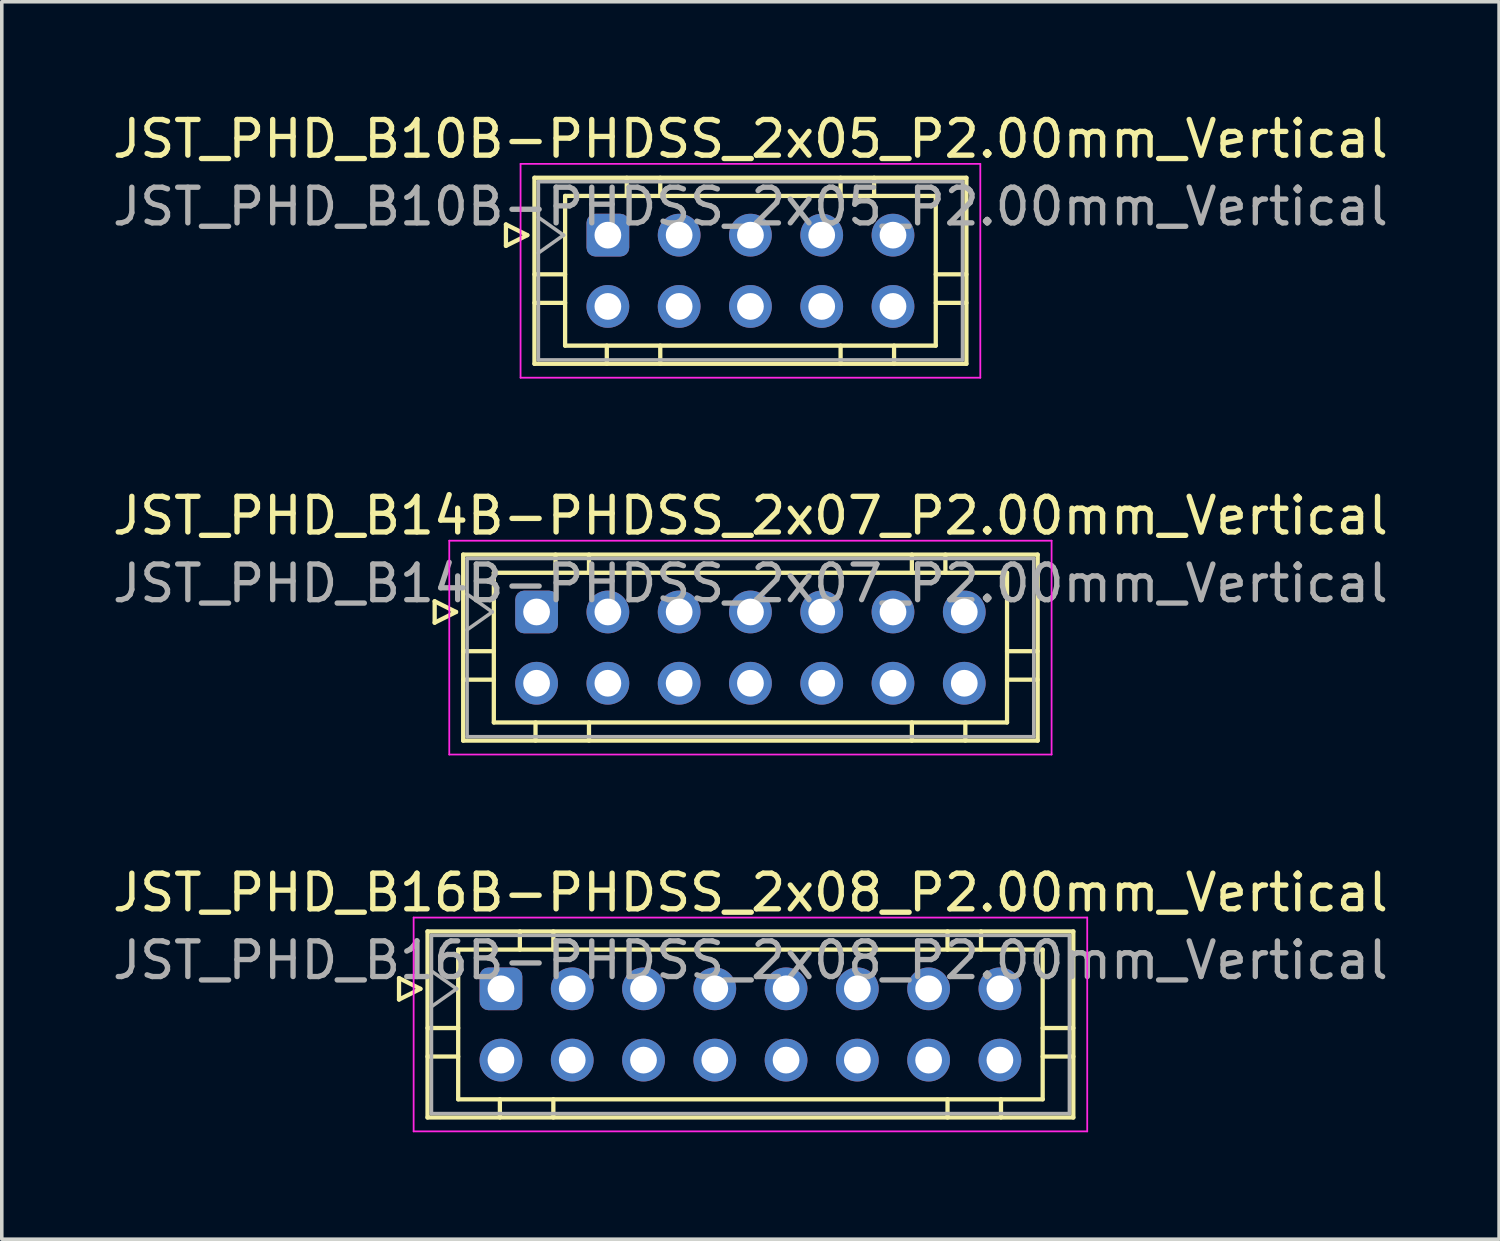
<source format=kicad_pcb>
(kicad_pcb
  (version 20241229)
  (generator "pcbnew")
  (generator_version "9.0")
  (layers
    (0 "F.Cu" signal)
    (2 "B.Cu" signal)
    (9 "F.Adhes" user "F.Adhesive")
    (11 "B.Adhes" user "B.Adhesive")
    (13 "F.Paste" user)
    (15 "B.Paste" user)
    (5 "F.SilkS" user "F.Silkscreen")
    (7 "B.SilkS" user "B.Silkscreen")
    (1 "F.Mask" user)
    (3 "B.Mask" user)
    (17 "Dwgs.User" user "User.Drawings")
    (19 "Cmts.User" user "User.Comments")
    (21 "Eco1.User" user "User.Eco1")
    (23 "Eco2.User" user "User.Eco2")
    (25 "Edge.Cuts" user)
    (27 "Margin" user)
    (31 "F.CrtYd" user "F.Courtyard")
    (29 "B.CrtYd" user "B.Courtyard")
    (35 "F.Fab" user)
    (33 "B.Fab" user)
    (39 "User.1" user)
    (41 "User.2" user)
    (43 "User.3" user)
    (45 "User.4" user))
  (footprint "JST_PHD_B14B-PHDSS_2x07_P2.00mm_Vertical"
    (layer "F.Cu")
    (at 12.006 14.121)
    (property "Reference" "JST_PHD_B14B-PHDSS_2x07_P2.00mm_Vertical" (at 6 -2.7 0) (layer "F.SilkS") (effects (font (size 1 1) (thickness 0.15))))
    (attr through_hole)
    (fp_line (start -2.86 -0.3) (end -2.26 0) (stroke (width 0.12) (type solid)) (layer "F.SilkS"))
    (fp_line (start -2.86 0.3) (end -2.86 -0.3) (stroke (width 0.12) (type solid)) (layer "F.SilkS"))
    (fp_line (start -2.26 0) (end -2.86 0.3) (stroke (width 0.12) (type solid)) (layer "F.SilkS"))
    (fp_line (start -2.06 -1.61) (end -2.06 3.61) (stroke (width 0.12) (type solid)) (layer "F.SilkS"))
    (fp_line (start -2.06 1.1) (end -1.2 1.1) (stroke (width 0.12) (type solid)) (layer "F.SilkS"))
    (fp_line (start -2.06 1.9) (end -1.2 1.9) (stroke (width 0.12) (type solid)) (layer "F.SilkS"))
    (fp_line (start -2.06 3.61) (end 14.06 3.61) (stroke (width 0.12) (type solid)) (layer "F.SilkS"))
    (fp_line (start -1.2 -1.1) (end -1.2 3.1) (stroke (width 0.12) (type solid)) (layer "F.SilkS"))
    (fp_line (start -1.2 3.1) (end 13.2 3.1) (stroke (width 0.12) (type solid)) (layer "F.SilkS"))
    (fp_line (start -0.03 3.61) (end -0.03 3.1) (stroke (width 0.12) (type solid)) (layer "F.SilkS"))
    (fp_line (start 0.53 -1.61) (end 0.53 -1.1) (stroke (width 0.12) (type solid)) (layer "F.SilkS"))
    (fp_line (start 1.47 -1.61) (end 1.47 -1.1) (stroke (width 0.12) (type solid)) (layer "F.SilkS"))
    (fp_line (start 1.47 3.61) (end 1.47 3.1) (stroke (width 0.12) (type solid)) (layer "F.SilkS"))
    (fp_line (start 10.53 -1.61) (end 10.53 -1.1) (stroke (width 0.12) (type solid)) (layer "F.SilkS"))
    (fp_line (start 10.53 3.61) (end 10.53 3.1) (stroke (width 0.12) (type solid)) (layer "F.SilkS"))
    (fp_line (start 11.47 -1.61) (end 11.47 -1.1) (stroke (width 0.12) (type solid)) (layer "F.SilkS"))
    (fp_line (start 12.03 3.61) (end 12.03 3.1) (stroke (width 0.12) (type solid)) (layer "F.SilkS"))
    (fp_line (start 13.2 -1.1) (end -1.2 -1.1) (stroke (width 0.12) (type solid)) (layer "F.SilkS"))
    (fp_line (start 13.2 3.1) (end 13.2 -1.1) (stroke (width 0.12) (type solid)) (layer "F.SilkS"))
    (fp_line (start 14.06 -1.61) (end -2.06 -1.61) (stroke (width 0.12) (type solid)) (layer "F.SilkS"))
    (fp_line (start 14.06 1.1) (end 13.2 1.1) (stroke (width 0.12) (type solid)) (layer "F.SilkS"))
    (fp_line (start 14.06 1.9) (end 13.2 1.9) (stroke (width 0.12) (type solid)) (layer "F.SilkS"))
    (fp_line (start 14.06 3.61) (end 14.06 -1.61) (stroke (width 0.12) (type solid)) (layer "F.SilkS"))
    (fp_line (start -2.45 -2) (end -2.45 4) (stroke (width 0.05) (type solid)) (layer "F.CrtYd"))
    (fp_line (start -2.45 4) (end 14.45 4) (stroke (width 0.05) (type solid)) (layer "F.CrtYd"))
    (fp_line (start 14.45 -2) (end -2.45 -2) (stroke (width 0.05) (type solid)) (layer "F.CrtYd"))
    (fp_line (start 14.45 4) (end 14.45 -2) (stroke (width 0.05) (type solid)) (layer "F.CrtYd"))
    (fp_line (start -1.95 -1.5) (end -1.95 3.5) (stroke (width 0.1) (type solid)) (layer "F.Fab"))
    (fp_line (start -1.95 0.5) (end -1.243 0) (stroke (width 0.1) (type solid)) (layer "F.Fab"))
    (fp_line (start -1.95 3.5) (end 13.95 3.5) (stroke (width 0.1) (type solid)) (layer "F.Fab"))
    (fp_line (start -1.243 0) (end -1.95 -0.5) (stroke (width 0.1) (type solid)) (layer "F.Fab"))
    (fp_line (start 13.95 -1.5) (end -1.95 -1.5) (stroke (width 0.1) (type solid)) (layer "F.Fab"))
    (fp_line (start 13.95 3.5) (end 13.95 -1.5) (stroke (width 0.1) (type solid)) (layer "F.Fab"))
    (fp_text user "${REFERENCE}" (at 6 -0.8 0) (layer "F.Fab") (effects (font (size 1 1) (thickness 0.15))))
    (pad "1" thru_hole roundrect (at 0 0) (size 1.2 1.2) (drill 0.75) (layers "*.Cu" "*.Mask") (roundrect_rratio 0.208))
    (pad "2" thru_hole circle (at 0 2) (size 1.2 1.2) (drill 0.75) (layers "*.Cu" "*.Mask"))
    (pad "3" thru_hole circle (at 2 0) (size 1.2 1.2) (drill 0.75) (layers "*.Cu" "*.Mask"))
    (pad "4" thru_hole circle (at 2 2) (size 1.2 1.2) (drill 0.75) (layers "*.Cu" "*.Mask"))
    (pad "5" thru_hole circle (at 4 0) (size 1.2 1.2) (drill 0.75) (layers "*.Cu" "*.Mask"))
    (pad "6" thru_hole circle (at 4 2) (size 1.2 1.2) (drill 0.75) (layers "*.Cu" "*.Mask"))
    (pad "7" thru_hole circle (at 6 0) (size 1.2 1.2) (drill 0.75) (layers "*.Cu" "*.Mask"))
    (pad "8" thru_hole circle (at 6 2) (size 1.2 1.2) (drill 0.75) (layers "*.Cu" "*.Mask"))
    (pad "9" thru_hole circle (at 8 0) (size 1.2 1.2) (drill 0.75) (layers "*.Cu" "*.Mask"))
    (pad "10" thru_hole circle (at 8 2) (size 1.2 1.2) (drill 0.75) (layers "*.Cu" "*.Mask"))
    (pad "11" thru_hole circle (at 10 0) (size 1.2 1.2) (drill 0.75) (layers "*.Cu" "*.Mask"))
    (pad "12" thru_hole circle (at 10 2) (size 1.2 1.2) (drill 0.75) (layers "*.Cu" "*.Mask"))
    (pad "13" thru_hole circle (at 12 0) (size 1.2 1.2) (drill 0.75) (layers "*.Cu" "*.Mask"))
    (pad "14" thru_hole circle (at 12 2) (size 1.2 1.2) (drill 0.75) (layers "*.Cu" "*.Mask")))
  (footprint "JST_PHD_B16B-PHDSS_2x08_P2.00mm_Vertical"
    (layer "F.Cu")
    (at 11.006 24.695)
    (property "Reference" "JST_PHD_B16B-PHDSS_2x08_P2.00mm_Vertical" (at 7 -2.7 0) (layer "F.SilkS") (effects (font (size 1 1) (thickness 0.15))))
    (attr through_hole)
    (fp_line (start -2.86 -0.3) (end -2.26 0) (stroke (width 0.12) (type solid)) (layer "F.SilkS"))
    (fp_line (start -2.86 0.3) (end -2.86 -0.3) (stroke (width 0.12) (type solid)) (layer "F.SilkS"))
    (fp_line (start -2.26 0) (end -2.86 0.3) (stroke (width 0.12) (type solid)) (layer "F.SilkS"))
    (fp_line (start -2.06 -1.61) (end -2.06 3.61) (stroke (width 0.12) (type solid)) (layer "F.SilkS"))
    (fp_line (start -2.06 1.1) (end -1.2 1.1) (stroke (width 0.12) (type solid)) (layer "F.SilkS"))
    (fp_line (start -2.06 1.9) (end -1.2 1.9) (stroke (width 0.12) (type solid)) (layer "F.SilkS"))
    (fp_line (start -2.06 3.61) (end 16.06 3.61) (stroke (width 0.12) (type solid)) (layer "F.SilkS"))
    (fp_line (start -1.2 -1.1) (end -1.2 3.1) (stroke (width 0.12) (type solid)) (layer "F.SilkS"))
    (fp_line (start -1.2 3.1) (end 15.2 3.1) (stroke (width 0.12) (type solid)) (layer "F.SilkS"))
    (fp_line (start -0.03 3.61) (end -0.03 3.1) (stroke (width 0.12) (type solid)) (layer "F.SilkS"))
    (fp_line (start 0.53 -1.61) (end 0.53 -1.1) (stroke (width 0.12) (type solid)) (layer "F.SilkS"))
    (fp_line (start 1.47 -1.61) (end 1.47 -1.1) (stroke (width 0.12) (type solid)) (layer "F.SilkS"))
    (fp_line (start 1.47 3.61) (end 1.47 3.1) (stroke (width 0.12) (type solid)) (layer "F.SilkS"))
    (fp_line (start 12.53 -1.61) (end 12.53 -1.1) (stroke (width 0.12) (type solid)) (layer "F.SilkS"))
    (fp_line (start 12.53 3.61) (end 12.53 3.1) (stroke (width 0.12) (type solid)) (layer "F.SilkS"))
    (fp_line (start 13.47 -1.61) (end 13.47 -1.1) (stroke (width 0.12) (type solid)) (layer "F.SilkS"))
    (fp_line (start 14.03 3.61) (end 14.03 3.1) (stroke (width 0.12) (type solid)) (layer "F.SilkS"))
    (fp_line (start 15.2 -1.1) (end -1.2 -1.1) (stroke (width 0.12) (type solid)) (layer "F.SilkS"))
    (fp_line (start 15.2 3.1) (end 15.2 -1.1) (stroke (width 0.12) (type solid)) (layer "F.SilkS"))
    (fp_line (start 16.06 -1.61) (end -2.06 -1.61) (stroke (width 0.12) (type solid)) (layer "F.SilkS"))
    (fp_line (start 16.06 1.1) (end 15.2 1.1) (stroke (width 0.12) (type solid)) (layer "F.SilkS"))
    (fp_line (start 16.06 1.9) (end 15.2 1.9) (stroke (width 0.12) (type solid)) (layer "F.SilkS"))
    (fp_line (start 16.06 3.61) (end 16.06 -1.61) (stroke (width 0.12) (type solid)) (layer "F.SilkS"))
    (fp_line (start -2.45 -2) (end -2.45 4) (stroke (width 0.05) (type solid)) (layer "F.CrtYd"))
    (fp_line (start -2.45 4) (end 16.45 4) (stroke (width 0.05) (type solid)) (layer "F.CrtYd"))
    (fp_line (start 16.45 -2) (end -2.45 -2) (stroke (width 0.05) (type solid)) (layer "F.CrtYd"))
    (fp_line (start 16.45 4) (end 16.45 -2) (stroke (width 0.05) (type solid)) (layer "F.CrtYd"))
    (fp_line (start -1.95 -1.5) (end -1.95 3.5) (stroke (width 0.1) (type solid)) (layer "F.Fab"))
    (fp_line (start -1.95 0.5) (end -1.243 0) (stroke (width 0.1) (type solid)) (layer "F.Fab"))
    (fp_line (start -1.95 3.5) (end 15.95 3.5) (stroke (width 0.1) (type solid)) (layer "F.Fab"))
    (fp_line (start -1.243 0) (end -1.95 -0.5) (stroke (width 0.1) (type solid)) (layer "F.Fab"))
    (fp_line (start 15.95 -1.5) (end -1.95 -1.5) (stroke (width 0.1) (type solid)) (layer "F.Fab"))
    (fp_line (start 15.95 3.5) (end 15.95 -1.5) (stroke (width 0.1) (type solid)) (layer "F.Fab"))
    (fp_text user "${REFERENCE}" (at 7 -0.8 0) (layer "F.Fab") (effects (font (size 1 1) (thickness 0.15))))
    (pad "1" thru_hole roundrect (at 0 0) (size 1.2 1.2) (drill 0.75) (layers "*.Cu" "*.Mask") (roundrect_rratio 0.208))
    (pad "2" thru_hole circle (at 0 2) (size 1.2 1.2) (drill 0.75) (layers "*.Cu" "*.Mask"))
    (pad "3" thru_hole circle (at 2 0) (size 1.2 1.2) (drill 0.75) (layers "*.Cu" "*.Mask"))
    (pad "4" thru_hole circle (at 2 2) (size 1.2 1.2) (drill 0.75) (layers "*.Cu" "*.Mask"))
    (pad "5" thru_hole circle (at 4 0) (size 1.2 1.2) (drill 0.75) (layers "*.Cu" "*.Mask"))
    (pad "6" thru_hole circle (at 4 2) (size 1.2 1.2) (drill 0.75) (layers "*.Cu" "*.Mask"))
    (pad "7" thru_hole circle (at 6 0) (size 1.2 1.2) (drill 0.75) (layers "*.Cu" "*.Mask"))
    (pad "8" thru_hole circle (at 6 2) (size 1.2 1.2) (drill 0.75) (layers "*.Cu" "*.Mask"))
    (pad "9" thru_hole circle (at 8 0) (size 1.2 1.2) (drill 0.75) (layers "*.Cu" "*.Mask"))
    (pad "10" thru_hole circle (at 8 2) (size 1.2 1.2) (drill 0.75) (layers "*.Cu" "*.Mask"))
    (pad "11" thru_hole circle (at 10 0) (size 1.2 1.2) (drill 0.75) (layers "*.Cu" "*.Mask"))
    (pad "12" thru_hole circle (at 10 2) (size 1.2 1.2) (drill 0.75) (layers "*.Cu" "*.Mask"))
    (pad "13" thru_hole circle (at 12 0) (size 1.2 1.2) (drill 0.75) (layers "*.Cu" "*.Mask"))
    (pad "14" thru_hole circle (at 12 2) (size 1.2 1.2) (drill 0.75) (layers "*.Cu" "*.Mask"))
    (pad "15" thru_hole circle (at 14 0) (size 1.2 1.2) (drill 0.75) (layers "*.Cu" "*.Mask"))
    (pad "16" thru_hole circle (at 14 2) (size 1.2 1.2) (drill 0.75) (layers "*.Cu" "*.Mask")))
  (footprint "JST_PHD_B10B-PHDSS_2x05_P2.00mm_Vertical"
    (layer "F.Cu")
    (at 14.006 3.548)
    (property "Reference" "JST_PHD_B10B-PHDSS_2x05_P2.00mm_Vertical" (at 4 -2.7 0) (layer "F.SilkS") (effects (font (size 1 1) (thickness 0.15))))
    (attr through_hole)
    (fp_line (start -2.86 -0.3) (end -2.26 0) (stroke (width 0.12) (type solid)) (layer "F.SilkS"))
    (fp_line (start -2.86 0.3) (end -2.86 -0.3) (stroke (width 0.12) (type solid)) (layer "F.SilkS"))
    (fp_line (start -2.26 0) (end -2.86 0.3) (stroke (width 0.12) (type solid)) (layer "F.SilkS"))
    (fp_line (start -2.06 -1.61) (end -2.06 3.61) (stroke (width 0.12) (type solid)) (layer "F.SilkS"))
    (fp_line (start -2.06 1.1) (end -1.2 1.1) (stroke (width 0.12) (type solid)) (layer "F.SilkS"))
    (fp_line (start -2.06 1.9) (end -1.2 1.9) (stroke (width 0.12) (type solid)) (layer "F.SilkS"))
    (fp_line (start -2.06 3.61) (end 10.06 3.61) (stroke (width 0.12) (type solid)) (layer "F.SilkS"))
    (fp_line (start -1.2 -1.1) (end -1.2 3.1) (stroke (width 0.12) (type solid)) (layer "F.SilkS"))
    (fp_line (start -1.2 3.1) (end 9.2 3.1) (stroke (width 0.12) (type solid)) (layer "F.SilkS"))
    (fp_line (start -0.03 3.61) (end -0.03 3.1) (stroke (width 0.12) (type solid)) (layer "F.SilkS"))
    (fp_line (start 0.53 -1.61) (end 0.53 -1.1) (stroke (width 0.12) (type solid)) (layer "F.SilkS"))
    (fp_line (start 1.47 -1.61) (end 1.47 -1.1) (stroke (width 0.12) (type solid)) (layer "F.SilkS"))
    (fp_line (start 1.47 3.61) (end 1.47 3.1) (stroke (width 0.12) (type solid)) (layer "F.SilkS"))
    (fp_line (start 6.53 -1.61) (end 6.53 -1.1) (stroke (width 0.12) (type solid)) (layer "F.SilkS"))
    (fp_line (start 6.53 3.61) (end 6.53 3.1) (stroke (width 0.12) (type solid)) (layer "F.SilkS"))
    (fp_line (start 7.47 -1.61) (end 7.47 -1.1) (stroke (width 0.12) (type solid)) (layer "F.SilkS"))
    (fp_line (start 8.03 3.61) (end 8.03 3.1) (stroke (width 0.12) (type solid)) (layer "F.SilkS"))
    (fp_line (start 9.2 -1.1) (end -1.2 -1.1) (stroke (width 0.12) (type solid)) (layer "F.SilkS"))
    (fp_line (start 9.2 3.1) (end 9.2 -1.1) (stroke (width 0.12) (type solid)) (layer "F.SilkS"))
    (fp_line (start 10.06 -1.61) (end -2.06 -1.61) (stroke (width 0.12) (type solid)) (layer "F.SilkS"))
    (fp_line (start 10.06 1.1) (end 9.2 1.1) (stroke (width 0.12) (type solid)) (layer "F.SilkS"))
    (fp_line (start 10.06 1.9) (end 9.2 1.9) (stroke (width 0.12) (type solid)) (layer "F.SilkS"))
    (fp_line (start 10.06 3.61) (end 10.06 -1.61) (stroke (width 0.12) (type solid)) (layer "F.SilkS"))
    (fp_line (start -2.45 -2) (end -2.45 4) (stroke (width 0.05) (type solid)) (layer "F.CrtYd"))
    (fp_line (start -2.45 4) (end 10.45 4) (stroke (width 0.05) (type solid)) (layer "F.CrtYd"))
    (fp_line (start 10.45 -2) (end -2.45 -2) (stroke (width 0.05) (type solid)) (layer "F.CrtYd"))
    (fp_line (start 10.45 4) (end 10.45 -2) (stroke (width 0.05) (type solid)) (layer "F.CrtYd"))
    (fp_line (start -1.95 -1.5) (end -1.95 3.5) (stroke (width 0.1) (type solid)) (layer "F.Fab"))
    (fp_line (start -1.95 0.5) (end -1.243 0) (stroke (width 0.1) (type solid)) (layer "F.Fab"))
    (fp_line (start -1.95 3.5) (end 9.95 3.5) (stroke (width 0.1) (type solid)) (layer "F.Fab"))
    (fp_line (start -1.243 0) (end -1.95 -0.5) (stroke (width 0.1) (type solid)) (layer "F.Fab"))
    (fp_line (start 9.95 -1.5) (end -1.95 -1.5) (stroke (width 0.1) (type solid)) (layer "F.Fab"))
    (fp_line (start 9.95 3.5) (end 9.95 -1.5) (stroke (width 0.1) (type solid)) (layer "F.Fab"))
    (fp_text user "${REFERENCE}" (at 4 -0.8 0) (layer "F.Fab") (effects (font (size 1 1) (thickness 0.15))))
    (pad "1" thru_hole roundrect (at 0 0) (size 1.2 1.2) (drill 0.75) (layers "*.Cu" "*.Mask") (roundrect_rratio 0.208))
    (pad "2" thru_hole circle (at 0 2) (size 1.2 1.2) (drill 0.75) (layers "*.Cu" "*.Mask"))
    (pad "3" thru_hole circle (at 2 0) (size 1.2 1.2) (drill 0.75) (layers "*.Cu" "*.Mask"))
    (pad "4" thru_hole circle (at 2 2) (size 1.2 1.2) (drill 0.75) (layers "*.Cu" "*.Mask"))
    (pad "5" thru_hole circle (at 4 0) (size 1.2 1.2) (drill 0.75) (layers "*.Cu" "*.Mask"))
    (pad "6" thru_hole circle (at 4 2) (size 1.2 1.2) (drill 0.75) (layers "*.Cu" "*.Mask"))
    (pad "7" thru_hole circle (at 6 0) (size 1.2 1.2) (drill 0.75) (layers "*.Cu" "*.Mask"))
    (pad "8" thru_hole circle (at 6 2) (size 1.2 1.2) (drill 0.75) (layers "*.Cu" "*.Mask"))
    (pad "9" thru_hole circle (at 8 0) (size 1.2 1.2) (drill 0.75) (layers "*.Cu" "*.Mask"))
    (pad "10" thru_hole circle (at 8 2) (size 1.2 1.2) (drill 0.75) (layers "*.Cu" "*.Mask")))
  (gr_rect
    (start -3 -3)
    (end 39.012 31.72)
    (stroke (width 0.1) (type default))
    (fill no)
    (layer "Edge.Cuts")))
</source>
